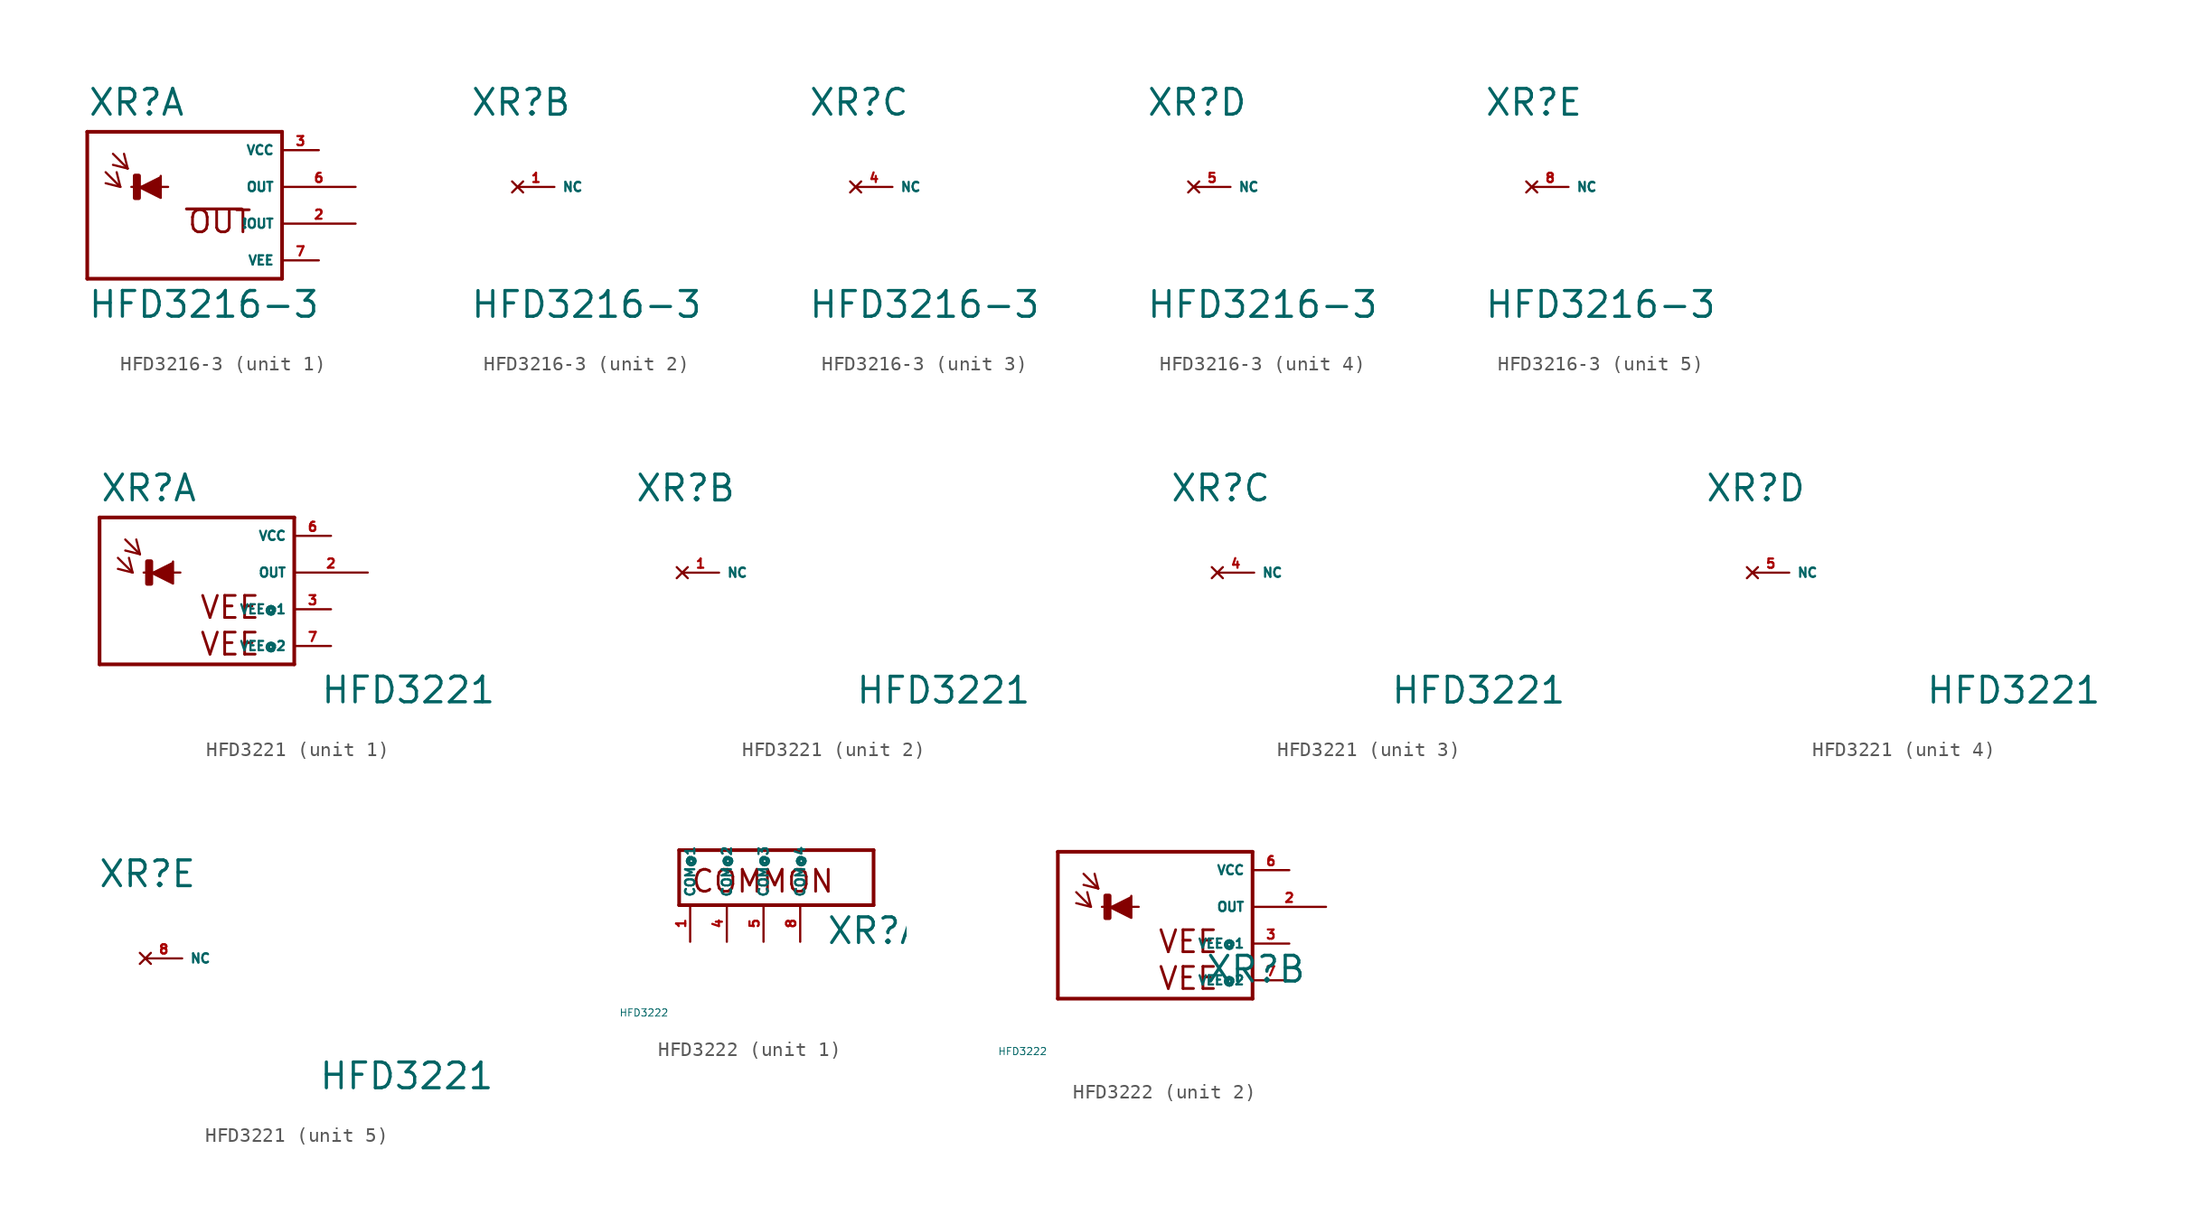
<source format=kicad_sym>
(kicad_symbol_lib
  (version 20220914)
  (generator Eagle2Kicad)
  (symbol "HFD3216-3"
    (property "Reference" "XR"
      (at -5.842 4.801 0)
      (effects (font (size 1.778 1.778) (thickness 0.22)) (justify left bottom)))
    (property "Value" "HFD3216-3"
      (at -5.842 -9.169 0)
      (effects (font (size 1.778 1.778) (thickness 0.22)) (justify left bottom)))
    (symbol "HFD3216-3_1_0"
      (polyline (pts (xy -2.286 0) (xy -0.762 -0.762) (xy -0.762 0.762)) (stroke (width 0.152) (type default)) (fill (type outline)))
      (polyline (pts (xy -4.572 1.016) (xy -3.556 0)) (stroke (width 0.152) (type default)) (fill (type none)))
      (polyline (pts (xy -3.556 0) (xy -3.81 1.016)) (stroke (width 0.152) (type default)) (fill (type none)))
      (polyline (pts (xy -3.556 0) (xy -4.572 0.254)) (stroke (width 0.152) (type default)) (fill (type none)))
      (polyline (pts (xy -4.064 2.286) (xy -3.048 1.27)) (stroke (width 0.152) (type default)) (fill (type none)))
      (polyline (pts (xy -3.048 1.27) (xy -3.302 2.286)) (stroke (width 0.152) (type default)) (fill (type none)))
      (polyline (pts (xy -3.048 1.27) (xy -4.064 1.524)) (stroke (width 0.152) (type default)) (fill (type none)))
      (polyline (pts (xy 7.62 3.81) (xy 7.62 -6.35)) (stroke (width 0.254) (type default)) (fill (type none)))
      (polyline (pts (xy 7.62 -6.35) (xy -5.842 -6.35)) (stroke (width 0.254) (type default)) (fill (type none)))
      (polyline (pts (xy -5.842 -6.35) (xy -5.842 3.81)) (stroke (width 0.254) (type default)) (fill (type none)))
      (polyline (pts (xy -5.842 3.81) (xy 7.62 3.81)) (stroke (width 0.254) (type default)) (fill (type none)))
      (polyline (pts (xy -2.794 0) (xy -0.254 0)) (stroke (width 0.152) (type default)) (fill (type none)))
      (polyline (pts (xy 1.016 -1.524) (xy 4.826 -1.524)) (stroke (width 0.203) (type default)) (fill (type none)))
      (text "OUT" (at 1.016 -3.302 0) (effects (font (size 1.524 1.524) (thickness 0.19)) (justify left bottom)))
      (rectangle (start -2.54 -0.762) (end -2.286 0.762) (stroke (width 0.3) (type default)) (fill (type outline)))
      (pin unspecified line (at 10.16 2.54 180) (length 2.54) (name "VCC" (effects (font (size 0.635 0.635) (thickness 0.08)) (justify left bottom))) (number "3" (effects (font (size 0.635 0.635) (thickness 0.08)) (justify left bottom))))
      (pin unspecified line (at 10.16 -5.08 180) (length 2.54) (name "VEE" (effects (font (size 0.635 0.635) (thickness 0.08)) (justify left bottom))) (number "7" (effects (font (size 0.635 0.635) (thickness 0.08)) (justify left bottom))))
      (pin output line (at 12.7 0 180) (length 5.08) (name "OUT" (effects (font (size 0.635 0.635) (thickness 0.08)) (justify left bottom))) (number "6" (effects (font (size 0.635 0.635) (thickness 0.08)) (justify left bottom))))
      (pin output line (at 12.7 -2.54 180) (length 5.08) (name "!OUT" (effects (font (size 0.635 0.635) (thickness 0.08)) (justify left bottom))) (number "2" (effects (font (size 0.635 0.635) (thickness 0.08)) (justify left bottom)))))
    (symbol "HFD3216-3_2_0"
      (pin no_connect line (at -2.54 0 0) (length 2.54) (name "NC" (effects (font (size 0.635 0.635) (thickness 0.08)) (justify left bottom) hide)) (number "1" (effects (font (size 0.635 0.635) (thickness 0.08)) (justify left bottom) hide))))
    (symbol "HFD3216-3_3_0"
      (pin no_connect line (at -2.54 0 0) (length 2.54) (name "NC" (effects (font (size 0.635 0.635) (thickness 0.08)) (justify left bottom) hide)) (number "4" (effects (font (size 0.635 0.635) (thickness 0.08)) (justify left bottom) hide))))
    (symbol "HFD3216-3_4_0"
      (pin no_connect line (at -2.54 0 0) (length 2.54) (name "NC" (effects (font (size 0.635 0.635) (thickness 0.08)) (justify left bottom) hide)) (number "5" (effects (font (size 0.635 0.635) (thickness 0.08)) (justify left bottom) hide))))
    (symbol "HFD3216-3_5_0"
      (pin no_connect line (at -2.54 0 0) (length 2.54) (name "NC" (effects (font (size 0.635 0.635) (thickness 0.08)) (justify left bottom) hide)) (number "8" (effects (font (size 0.635 0.635) (thickness 0.08)) (justify left bottom) hide)))))
  (symbol "HFD3221"
    (property "Reference" "XR"
      (at -5.842 4.801 0)
      (effects (font (size 1.778 1.778) (thickness 0.22)) (justify left bottom)))
    (property "Value" "HFD3221"
      (at 9.398 -9.169 0)
      (effects (font (size 1.778 1.778) (thickness 0.22)) (justify left bottom)))
    (symbol "HFD3221_1_0"
      (polyline (pts (xy -2.286 0) (xy -0.762 -0.762) (xy -0.762 0.762)) (stroke (width 0.152) (type default)) (fill (type outline)))
      (polyline (pts (xy -4.572 1.016) (xy -3.556 0)) (stroke (width 0.152) (type default)) (fill (type none)))
      (polyline (pts (xy -3.556 0) (xy -3.81 1.016)) (stroke (width 0.152) (type default)) (fill (type none)))
      (polyline (pts (xy -3.556 0) (xy -4.572 0.254)) (stroke (width 0.152) (type default)) (fill (type none)))
      (polyline (pts (xy -4.064 2.286) (xy -3.048 1.27)) (stroke (width 0.152) (type default)) (fill (type none)))
      (polyline (pts (xy -3.048 1.27) (xy -3.302 2.286)) (stroke (width 0.152) (type default)) (fill (type none)))
      (polyline (pts (xy -3.048 1.27) (xy -4.064 1.524)) (stroke (width 0.152) (type default)) (fill (type none)))
      (polyline (pts (xy 7.62 3.81) (xy 7.62 -6.35)) (stroke (width 0.254) (type default)) (fill (type none)))
      (polyline (pts (xy 7.62 -6.35) (xy -5.842 -6.35)) (stroke (width 0.254) (type default)) (fill (type none)))
      (polyline (pts (xy -5.842 -6.35) (xy -5.842 3.81)) (stroke (width 0.254) (type default)) (fill (type none)))
      (polyline (pts (xy -5.842 3.81) (xy 7.62 3.81)) (stroke (width 0.254) (type default)) (fill (type none)))
      (polyline (pts (xy -2.794 0) (xy -0.254 0)) (stroke (width 0.152) (type default)) (fill (type none)))
      (text "VEE" (at 1.016 -3.302 0) (effects (font (size 1.524 1.524) (thickness 0.19)) (justify left bottom)))
      (text "VEE" (at 1.016 -5.842 0) (effects (font (size 1.524 1.524) (thickness 0.19)) (justify left bottom)))
      (rectangle (start -2.54 -0.762) (end -2.286 0.762) (stroke (width 0.3) (type default)) (fill (type outline)))
      (pin unspecified line (at 10.16 2.54 180) (length 2.54) (name "VCC" (effects (font (size 0.635 0.635) (thickness 0.08)) (justify left bottom))) (number "6" (effects (font (size 0.635 0.635) (thickness 0.08)) (justify left bottom))))
      (pin unspecified line (at 10.16 -2.54 180) (length 2.54) (name "VEE@1" (effects (font (size 0.635 0.635) (thickness 0.08)) (justify left bottom))) (number "3" (effects (font (size 0.635 0.635) (thickness 0.08)) (justify left bottom))))
      (pin output line (at 12.7 0 180) (length 5.08) (name "OUT" (effects (font (size 0.635 0.635) (thickness 0.08)) (justify left bottom))) (number "2" (effects (font (size 0.635 0.635) (thickness 0.08)) (justify left bottom))))
      (pin unspecified line (at 10.16 -5.08 180) (length 2.54) (name "VEE@2" (effects (font (size 0.635 0.635) (thickness 0.08)) (justify left bottom))) (number "7" (effects (font (size 0.635 0.635) (thickness 0.08)) (justify left bottom)))))
    (symbol "HFD3221_2_0"
      (pin no_connect line (at -2.54 0 0) (length 2.54) (name "NC" (effects (font (size 0.635 0.635) (thickness 0.08)) (justify left bottom) hide)) (number "1" (effects (font (size 0.635 0.635) (thickness 0.08)) (justify left bottom) hide))))
    (symbol "HFD3221_3_0"
      (pin no_connect line (at -2.54 0 0) (length 2.54) (name "NC" (effects (font (size 0.635 0.635) (thickness 0.08)) (justify left bottom) hide)) (number "4" (effects (font (size 0.635 0.635) (thickness 0.08)) (justify left bottom) hide))))
    (symbol "HFD3221_4_0"
      (pin no_connect line (at -2.54 0 0) (length 2.54) (name "NC" (effects (font (size 0.635 0.635) (thickness 0.08)) (justify left bottom) hide)) (number "5" (effects (font (size 0.635 0.635) (thickness 0.08)) (justify left bottom) hide))))
    (symbol "HFD3221_5_0"
      (pin no_connect line (at -2.54 0 0) (length 2.54) (name "NC" (effects (font (size 0.635 0.635) (thickness 0.08)) (justify left bottom) hide)) (number "8" (effects (font (size 0.635 0.635) (thickness 0.08)) (justify left bottom) hide)))))
  (symbol "HFD3222"
    (property "Reference" "XR"
      (at 4.318 -5.359 0)
      (effects (font (size 1.778 1.778) (thickness 0.22)) (justify left bottom)))
    (property "Value" "HFD3222"
      (at -10 -10 0)
      (effects (font (size 0.5 0.5) (thickness 0.06)) (justify left)))
    (symbol "HFD3222_1_0"
      (polyline (pts (xy 7.62 1.27) (xy 7.62 -2.54)) (stroke (width 0.254) (type default)) (fill (type none)))
      (polyline (pts (xy 7.62 -2.54) (xy -5.842 -2.54)) (stroke (width 0.254) (type default)) (fill (type none)))
      (polyline (pts (xy -5.842 -2.54) (xy -5.842 1.27)) (stroke (width 0.254) (type default)) (fill (type none)))
      (polyline (pts (xy 7.62 1.27) (xy -5.842 1.27)) (stroke (width 0.254) (type default)) (fill (type none)))
      (text "COMMON" (at -5.08 -1.778 0) (effects (font (size 1.524 1.524) (thickness 0.19)) (justify left bottom)))
      (pin unspecified line (at -5.08 -5.08 90) (length 2.54) (name "COM@1" (effects (font (size 0.635 0.635) (thickness 0.08)) (justify left bottom))) (number "1" (effects (font (size 0.635 0.635) (thickness 0.08)) (justify left bottom))))
      (pin unspecified line (at -2.54 -5.08 90) (length 2.54) (name "COM@2" (effects (font (size 0.635 0.635) (thickness 0.08)) (justify left bottom))) (number "4" (effects (font (size 0.635 0.635) (thickness 0.08)) (justify left bottom))))
      (pin unspecified line (at 0 -5.08 90) (length 2.54) (name "COM@3" (effects (font (size 0.635 0.635) (thickness 0.08)) (justify left bottom))) (number "5" (effects (font (size 0.635 0.635) (thickness 0.08)) (justify left bottom))))
      (pin unspecified line (at 2.54 -5.08 90) (length 2.54) (name "COM@4" (effects (font (size 0.635 0.635) (thickness 0.08)) (justify left bottom))) (number "8" (effects (font (size 0.635 0.635) (thickness 0.08)) (justify left bottom)))))
    (symbol "HFD3222_2_0"
      (polyline (pts (xy -2.286 0) (xy -0.762 -0.762) (xy -0.762 0.762)) (stroke (width 0.152) (type default)) (fill (type outline)))
      (polyline (pts (xy -4.572 1.016) (xy -3.556 0)) (stroke (width 0.152) (type default)) (fill (type none)))
      (polyline (pts (xy -3.556 0) (xy -3.81 1.016)) (stroke (width 0.152) (type default)) (fill (type none)))
      (polyline (pts (xy -3.556 0) (xy -4.572 0.254)) (stroke (width 0.152) (type default)) (fill (type none)))
      (polyline (pts (xy -4.064 2.286) (xy -3.048 1.27)) (stroke (width 0.152) (type default)) (fill (type none)))
      (polyline (pts (xy -3.048 1.27) (xy -3.302 2.286)) (stroke (width 0.152) (type default)) (fill (type none)))
      (polyline (pts (xy -3.048 1.27) (xy -4.064 1.524)) (stroke (width 0.152) (type default)) (fill (type none)))
      (polyline (pts (xy 7.62 3.81) (xy 7.62 -6.35)) (stroke (width 0.254) (type default)) (fill (type none)))
      (polyline (pts (xy 7.62 -6.35) (xy -5.842 -6.35)) (stroke (width 0.254) (type default)) (fill (type none)))
      (polyline (pts (xy -5.842 -6.35) (xy -5.842 3.81)) (stroke (width 0.254) (type default)) (fill (type none)))
      (polyline (pts (xy -5.842 3.81) (xy 7.62 3.81)) (stroke (width 0.254) (type default)) (fill (type none)))
      (polyline (pts (xy -2.794 0) (xy -0.254 0)) (stroke (width 0.152) (type default)) (fill (type none)))
      (text "VEE" (at 1.016 -3.302 0) (effects (font (size 1.524 1.524) (thickness 0.19)) (justify left bottom)))
      (text "VEE" (at 1.016 -5.842 0) (effects (font (size 1.524 1.524) (thickness 0.19)) (justify left bottom)))
      (rectangle (start -2.54 -0.762) (end -2.286 0.762) (stroke (width 0.3) (type default)) (fill (type outline)))
      (pin unspecified line (at 10.16 2.54 180) (length 2.54) (name "VCC" (effects (font (size 0.635 0.635) (thickness 0.08)) (justify left bottom))) (number "6" (effects (font (size 0.635 0.635) (thickness 0.08)) (justify left bottom))))
      (pin unspecified line (at 10.16 -2.54 180) (length 2.54) (name "VEE@1" (effects (font (size 0.635 0.635) (thickness 0.08)) (justify left bottom))) (number "3" (effects (font (size 0.635 0.635) (thickness 0.08)) (justify left bottom))))
      (pin output line (at 12.7 0 180) (length 5.08) (name "OUT" (effects (font (size 0.635 0.635) (thickness 0.08)) (justify left bottom))) (number "2" (effects (font (size 0.635 0.635) (thickness 0.08)) (justify left bottom))))
      (pin unspecified line (at 10.16 -5.08 180) (length 2.54) (name "VEE@2" (effects (font (size 0.635 0.635) (thickness 0.08)) (justify left bottom))) (number "7" (effects (font (size 0.635 0.635) (thickness 0.08)) (justify left bottom)))))))
</source>
